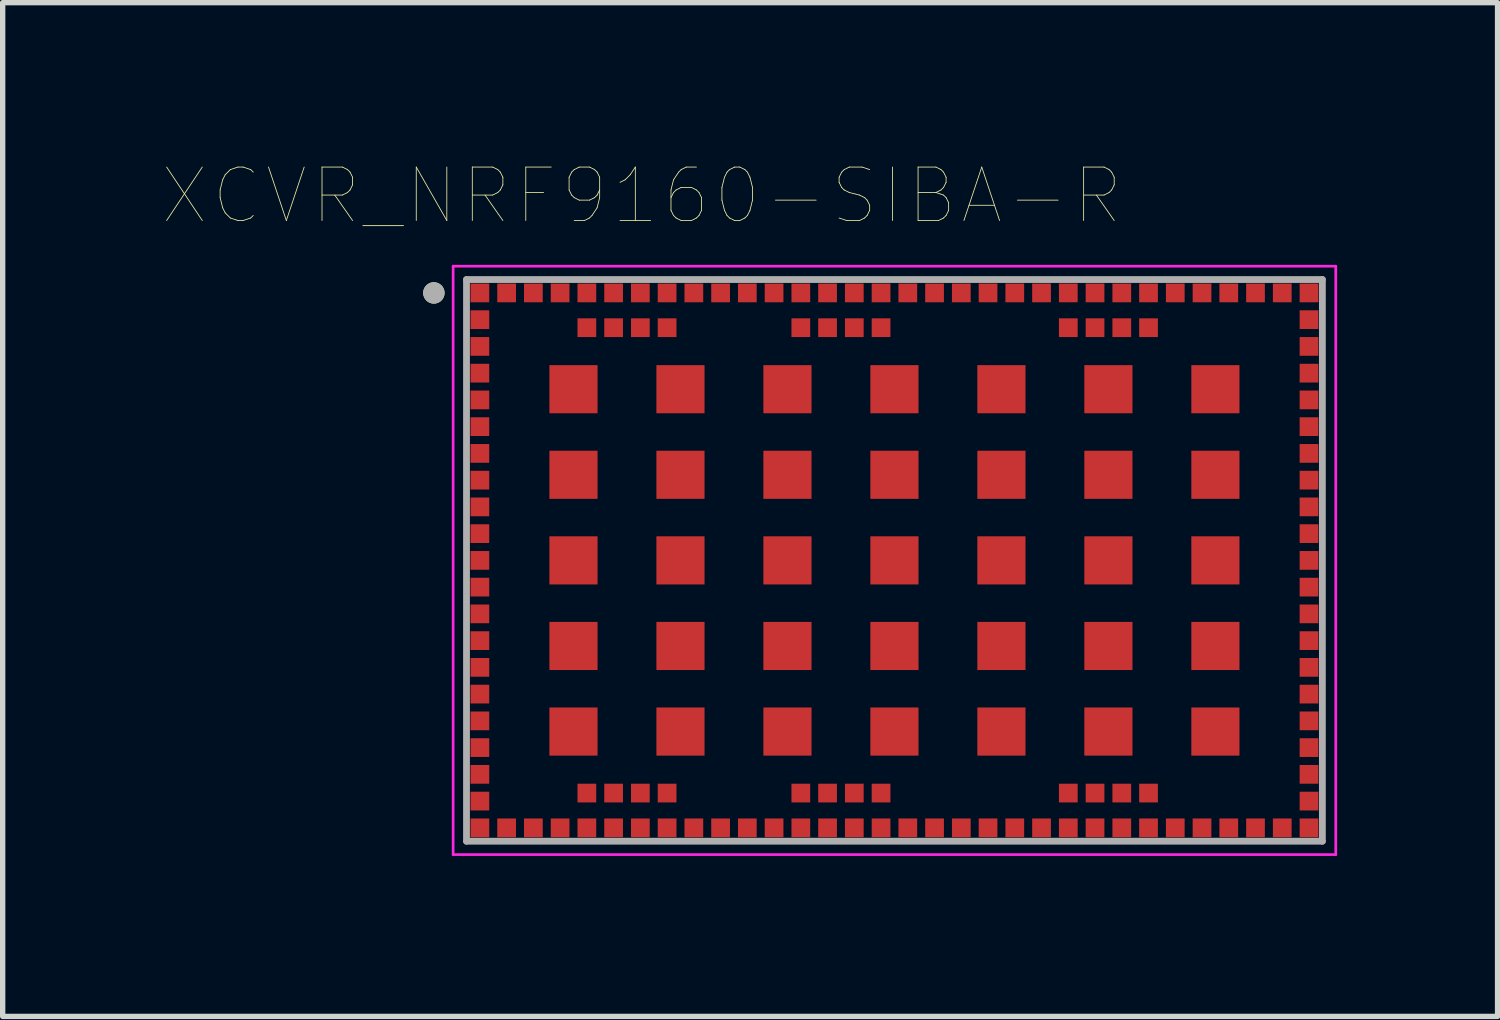
<source format=kicad_pcb>
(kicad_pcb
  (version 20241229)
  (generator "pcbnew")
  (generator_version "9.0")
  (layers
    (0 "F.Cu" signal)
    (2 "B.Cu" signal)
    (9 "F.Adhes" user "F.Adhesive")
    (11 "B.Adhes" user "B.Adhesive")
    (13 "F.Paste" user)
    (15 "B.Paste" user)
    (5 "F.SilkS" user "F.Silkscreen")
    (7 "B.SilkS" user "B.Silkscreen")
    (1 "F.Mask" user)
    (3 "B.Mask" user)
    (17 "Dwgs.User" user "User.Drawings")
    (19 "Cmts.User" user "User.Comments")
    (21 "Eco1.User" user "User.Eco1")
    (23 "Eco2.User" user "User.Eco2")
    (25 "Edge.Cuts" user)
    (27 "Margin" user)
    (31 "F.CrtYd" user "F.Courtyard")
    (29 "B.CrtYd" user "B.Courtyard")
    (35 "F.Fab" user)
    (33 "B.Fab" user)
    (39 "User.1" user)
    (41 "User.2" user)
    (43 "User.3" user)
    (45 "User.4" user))
  (footprint "XCVR_NRF9160-SIBA-R"
    (layer "F.Cu")
    (at 13.671 7.426)
    (property "Reference" "XCVR_NRF9160-SIBA-R" (at -4.725 -6.815 0) (layer "F.SilkS") (effects (font (size 1 1) (thickness 0.015))))
    (attr through_hole)
    (fp_circle (center -8.61 -5) (end -8.51 -5) (stroke (width 0.2) (type solid)) (fill no) (layer "F.SilkS"))
    (fp_line (start -8.25 -5.5) (end 8.25 -5.5) (stroke (width 0.05) (type solid)) (layer "F.CrtYd"))
    (fp_line (start -8.25 5.5) (end -8.25 -5.5) (stroke (width 0.05) (type solid)) (layer "F.CrtYd"))
    (fp_line (start 8.25 -5.5) (end 8.25 5.5) (stroke (width 0.05) (type solid)) (layer "F.CrtYd"))
    (fp_line (start 8.25 5.5) (end -8.25 5.5) (stroke (width 0.05) (type solid)) (layer "F.CrtYd"))
    (fp_line (start -8 -5.25) (end -8 5.25) (stroke (width 0.127) (type solid)) (layer "F.Fab"))
    (fp_line (start -8 5.25) (end 8 5.25) (stroke (width 0.127) (type solid)) (layer "F.Fab"))
    (fp_line (start 8 -5.25) (end -8 -5.25) (stroke (width 0.127) (type solid)) (layer "F.Fab"))
    (fp_line (start 8 5.25) (end 8 -5.25) (stroke (width 0.127) (type solid)) (layer "F.Fab"))
    (fp_circle (center -8.61 -5) (end -8.51 -5) (stroke (width 0.2) (type solid)) (fill no) (layer "F.Fab"))
    (pad "1" smd rect (at -7.75 -5) (size 0.35 0.35) (layers "F.Cu" "F.Mask" "F.Paste"))
    (pad "2" smd rect (at -7.75 -4.5) (size 0.35 0.35) (layers "F.Cu" "F.Mask" "F.Paste"))
    (pad "3" smd rect (at -7.75 -4) (size 0.35 0.35) (layers "F.Cu" "F.Mask" "F.Paste"))
    (pad "4" smd rect (at -7.75 -3.5) (size 0.35 0.35) (layers "F.Cu" "F.Mask" "F.Paste"))
    (pad "5" smd rect (at -7.75 -3) (size 0.35 0.35) (layers "F.Cu" "F.Mask" "F.Paste"))
    (pad "6" smd rect (at -7.75 -2.5) (size 0.35 0.35) (layers "F.Cu" "F.Mask" "F.Paste"))
    (pad "7" smd rect (at -7.75 -2) (size 0.35 0.35) (layers "F.Cu" "F.Mask" "F.Paste"))
    (pad "8" smd rect (at -7.75 -1.5) (size 0.35 0.35) (layers "F.Cu" "F.Mask" "F.Paste"))
    (pad "9" smd rect (at -7.75 -1) (size 0.35 0.35) (layers "F.Cu" "F.Mask" "F.Paste"))
    (pad "10" smd rect (at -7.75 -0.5) (size 0.35 0.35) (layers "F.Cu" "F.Mask" "F.Paste"))
    (pad "11" smd rect (at -7.75 0) (size 0.35 0.35) (layers "F.Cu" "F.Mask" "F.Paste"))
    (pad "12" smd rect (at -7.75 0.5) (size 0.35 0.35) (layers "F.Cu" "F.Mask" "F.Paste"))
    (pad "13" smd rect (at -7.75 1) (size 0.35 0.35) (layers "F.Cu" "F.Mask" "F.Paste"))
    (pad "14" smd rect (at -7.75 1.5) (size 0.35 0.35) (layers "F.Cu" "F.Mask" "F.Paste"))
    (pad "15" smd rect (at -7.75 2) (size 0.35 0.35) (layers "F.Cu" "F.Mask" "F.Paste"))
    (pad "16" smd rect (at -7.75 2.5) (size 0.35 0.35) (layers "F.Cu" "F.Mask" "F.Paste"))
    (pad "17" smd rect (at -7.75 3) (size 0.35 0.35) (layers "F.Cu" "F.Mask" "F.Paste"))
    (pad "18" smd rect (at -7.75 3.5) (size 0.35 0.35) (layers "F.Cu" "F.Mask" "F.Paste"))
    (pad "19" smd rect (at -7.75 4) (size 0.35 0.35) (layers "F.Cu" "F.Mask" "F.Paste"))
    (pad "20" smd rect (at -7.75 4.5) (size 0.35 0.35) (layers "F.Cu" "F.Mask" "F.Paste"))
    (pad "21" smd rect (at -7.75 5) (size 0.35 0.35) (layers "F.Cu" "F.Mask" "F.Paste"))
    (pad "22" smd rect (at -7.25 5) (size 0.35 0.35) (layers "F.Cu" "F.Mask" "F.Paste"))
    (pad "23" smd rect (at -6.75 5) (size 0.35 0.35) (layers "F.Cu" "F.Mask" "F.Paste"))
    (pad "24" smd rect (at -6.25 5) (size 0.35 0.35) (layers "F.Cu" "F.Mask" "F.Paste"))
    (pad "25" smd rect (at -5.75 5) (size 0.35 0.35) (layers "F.Cu" "F.Mask" "F.Paste"))
    (pad "26" smd rect (at -5.25 5) (size 0.35 0.35) (layers "F.Cu" "F.Mask" "F.Paste"))
    (pad "27" smd rect (at -4.75 5) (size 0.35 0.35) (layers "F.Cu" "F.Mask" "F.Paste"))
    (pad "28" smd rect (at -4.25 5) (size 0.35 0.35) (layers "F.Cu" "F.Mask" "F.Paste"))
    (pad "29" smd rect (at -3.75 5) (size 0.35 0.35) (layers "F.Cu" "F.Mask" "F.Paste"))
    (pad "30" smd rect (at -3.25 5) (size 0.35 0.35) (layers "F.Cu" "F.Mask" "F.Paste"))
    (pad "31" smd rect (at -2.75 5) (size 0.35 0.35) (layers "F.Cu" "F.Mask" "F.Paste"))
    (pad "32" smd rect (at -2.25 5) (size 0.35 0.35) (layers "F.Cu" "F.Mask" "F.Paste"))
    (pad "33" smd rect (at -1.75 5) (size 0.35 0.35) (layers "F.Cu" "F.Mask" "F.Paste"))
    (pad "34" smd rect (at -1.25 5) (size 0.35 0.35) (layers "F.Cu" "F.Mask" "F.Paste"))
    (pad "35" smd rect (at -0.75 5) (size 0.35 0.35) (layers "F.Cu" "F.Mask" "F.Paste"))
    (pad "36" smd rect (at -0.25 5) (size 0.35 0.35) (layers "F.Cu" "F.Mask" "F.Paste"))
    (pad "37" smd rect (at 0.25 5) (size 0.35 0.35) (layers "F.Cu" "F.Mask" "F.Paste"))
    (pad "38" smd rect (at 0.75 5) (size 0.35 0.35) (layers "F.Cu" "F.Mask" "F.Paste"))
    (pad "39" smd rect (at 1.25 5) (size 0.35 0.35) (layers "F.Cu" "F.Mask" "F.Paste"))
    (pad "40" smd rect (at 1.75 5) (size 0.35 0.35) (layers "F.Cu" "F.Mask" "F.Paste"))
    (pad "41" smd rect (at 2.25 5) (size 0.35 0.35) (layers "F.Cu" "F.Mask" "F.Paste"))
    (pad "42" smd rect (at 2.75 5) (size 0.35 0.35) (layers "F.Cu" "F.Mask" "F.Paste"))
    (pad "43" smd rect (at 3.25 5) (size 0.35 0.35) (layers "F.Cu" "F.Mask" "F.Paste"))
    (pad "44" smd rect (at 3.75 5) (size 0.35 0.35) (layers "F.Cu" "F.Mask" "F.Paste"))
    (pad "45" smd rect (at 4.25 5) (size 0.35 0.35) (layers "F.Cu" "F.Mask" "F.Paste"))
    (pad "46" smd rect (at 4.75 5) (size 0.35 0.35) (layers "F.Cu" "F.Mask" "F.Paste"))
    (pad "47" smd rect (at 5.25 5) (size 0.35 0.35) (layers "F.Cu" "F.Mask" "F.Paste"))
    (pad "48" smd rect (at 5.75 5) (size 0.35 0.35) (layers "F.Cu" "F.Mask" "F.Paste"))
    (pad "49" smd rect (at 6.25 5) (size 0.35 0.35) (layers "F.Cu" "F.Mask" "F.Paste"))
    (pad "50" smd rect (at 6.75 5) (size 0.35 0.35) (layers "F.Cu" "F.Mask" "F.Paste"))
    (pad "51" smd rect (at 7.25 5) (size 0.35 0.35) (layers "F.Cu" "F.Mask" "F.Paste"))
    (pad "52" smd rect (at 7.75 5) (size 0.35 0.35) (layers "F.Cu" "F.Mask" "F.Paste"))
    (pad "53" smd rect (at 7.75 4.5) (size 0.35 0.35) (layers "F.Cu" "F.Mask" "F.Paste"))
    (pad "54" smd rect (at 7.75 4) (size 0.35 0.35) (layers "F.Cu" "F.Mask" "F.Paste"))
    (pad "55" smd rect (at 7.75 3.5) (size 0.35 0.35) (layers "F.Cu" "F.Mask" "F.Paste"))
    (pad "56" smd rect (at 7.75 3) (size 0.35 0.35) (layers "F.Cu" "F.Mask" "F.Paste"))
    (pad "57" smd rect (at 7.75 2.5) (size 0.35 0.35) (layers "F.Cu" "F.Mask" "F.Paste"))
    (pad "58" smd rect (at 7.75 2) (size 0.35 0.35) (layers "F.Cu" "F.Mask" "F.Paste"))
    (pad "59" smd rect (at 7.75 1.5) (size 0.35 0.35) (layers "F.Cu" "F.Mask" "F.Paste"))
    (pad "60" smd rect (at 7.75 1) (size 0.35 0.35) (layers "F.Cu" "F.Mask" "F.Paste"))
    (pad "61" smd rect (at 7.75 0.5) (size 0.35 0.35) (layers "F.Cu" "F.Mask" "F.Paste"))
    (pad "62" smd rect (at 7.75 0) (size 0.35 0.35) (layers "F.Cu" "F.Mask" "F.Paste"))
    (pad "63" smd rect (at 7.75 -0.5) (size 0.35 0.35) (layers "F.Cu" "F.Mask" "F.Paste"))
    (pad "64" smd rect (at 7.75 -1) (size 0.35 0.35) (layers "F.Cu" "F.Mask" "F.Paste"))
    (pad "65" smd rect (at 7.75 -1.5) (size 0.35 0.35) (layers "F.Cu" "F.Mask" "F.Paste"))
    (pad "66" smd rect (at 7.75 -2) (size 0.35 0.35) (layers "F.Cu" "F.Mask" "F.Paste"))
    (pad "67" smd rect (at 7.75 -2.5) (size 0.35 0.35) (layers "F.Cu" "F.Mask" "F.Paste"))
    (pad "68" smd rect (at 7.75 -3) (size 0.35 0.35) (layers "F.Cu" "F.Mask" "F.Paste"))
    (pad "69" smd rect (at 7.75 -3.5) (size 0.35 0.35) (layers "F.Cu" "F.Mask" "F.Paste"))
    (pad "70" smd rect (at 7.75 -4) (size 0.35 0.35) (layers "F.Cu" "F.Mask" "F.Paste"))
    (pad "71" smd rect (at 7.75 -4.5) (size 0.35 0.35) (layers "F.Cu" "F.Mask" "F.Paste"))
    (pad "72" smd rect (at 7.75 -5) (size 0.35 0.35) (layers "F.Cu" "F.Mask" "F.Paste"))
    (pad "73" smd rect (at 7.25 -5) (size 0.35 0.35) (layers "F.Cu" "F.Mask" "F.Paste"))
    (pad "74" smd rect (at 6.75 -5) (size 0.35 0.35) (layers "F.Cu" "F.Mask" "F.Paste"))
    (pad "75" smd rect (at 6.25 -5) (size 0.35 0.35) (layers "F.Cu" "F.Mask" "F.Paste"))
    (pad "76" smd rect (at 5.75 -5) (size 0.35 0.35) (layers "F.Cu" "F.Mask" "F.Paste"))
    (pad "77" smd rect (at 5.25 -5) (size 0.35 0.35) (layers "F.Cu" "F.Mask" "F.Paste"))
    (pad "78" smd rect (at 4.75 -5) (size 0.35 0.35) (layers "F.Cu" "F.Mask" "F.Paste"))
    (pad "79" smd rect (at 4.25 -5) (size 0.35 0.35) (layers "F.Cu" "F.Mask" "F.Paste"))
    (pad "80" smd rect (at 3.75 -5) (size 0.35 0.35) (layers "F.Cu" "F.Mask" "F.Paste"))
    (pad "81" smd rect (at 3.25 -5) (size 0.35 0.35) (layers "F.Cu" "F.Mask" "F.Paste"))
    (pad "82" smd rect (at 2.75 -5) (size 0.35 0.35) (layers "F.Cu" "F.Mask" "F.Paste"))
    (pad "83" smd rect (at 2.25 -5) (size 0.35 0.35) (layers "F.Cu" "F.Mask" "F.Paste"))
    (pad "84" smd rect (at 1.75 -5) (size 0.35 0.35) (layers "F.Cu" "F.Mask" "F.Paste"))
    (pad "85" smd rect (at 1.25 -5) (size 0.35 0.35) (layers "F.Cu" "F.Mask" "F.Paste"))
    (pad "86" smd rect (at 0.75 -5) (size 0.35 0.35) (layers "F.Cu" "F.Mask" "F.Paste"))
    (pad "87" smd rect (at 0.25 -5) (size 0.35 0.35) (layers "F.Cu" "F.Mask" "F.Paste"))
    (pad "88" smd rect (at -0.25 -5) (size 0.35 0.35) (layers "F.Cu" "F.Mask" "F.Paste"))
    (pad "89" smd rect (at -0.75 -5) (size 0.35 0.35) (layers "F.Cu" "F.Mask" "F.Paste"))
    (pad "90" smd rect (at -1.25 -5) (size 0.35 0.35) (layers "F.Cu" "F.Mask" "F.Paste"))
    (pad "91" smd rect (at -1.75 -5) (size 0.35 0.35) (layers "F.Cu" "F.Mask" "F.Paste"))
    (pad "92" smd rect (at -2.25 -5) (size 0.35 0.35) (layers "F.Cu" "F.Mask" "F.Paste"))
    (pad "93" smd rect (at -2.75 -5) (size 0.35 0.35) (layers "F.Cu" "F.Mask" "F.Paste"))
    (pad "94" smd rect (at -3.25 -5) (size 0.35 0.35) (layers "F.Cu" "F.Mask" "F.Paste"))
    (pad "95" smd rect (at -3.75 -5) (size 0.35 0.35) (layers "F.Cu" "F.Mask" "F.Paste"))
    (pad "96" smd rect (at -4.25 -5) (size 0.35 0.35) (layers "F.Cu" "F.Mask" "F.Paste"))
    (pad "97" smd rect (at -4.75 -5) (size 0.35 0.35) (layers "F.Cu" "F.Mask" "F.Paste"))
    (pad "98" smd rect (at -5.25 -5) (size 0.35 0.35) (layers "F.Cu" "F.Mask" "F.Paste"))
    (pad "99" smd rect (at -5.75 -5) (size 0.35 0.35) (layers "F.Cu" "F.Mask" "F.Paste"))
    (pad "100" smd rect (at -6.25 -5) (size 0.35 0.35) (layers "F.Cu" "F.Mask" "F.Paste"))
    (pad "101" smd rect (at -6.75 -5) (size 0.35 0.35) (layers "F.Cu" "F.Mask" "F.Paste"))
    (pad "102" smd rect (at -7.25 -5) (size 0.35 0.35) (layers "F.Cu" "F.Mask" "F.Paste"))
    (pad "103_1" smd rect (at -6 3.2) (size 0.9 0.9) (layers "F.Cu" "F.Mask" "F.Paste"))
    (pad "103_2" smd rect (at -6 1.6) (size 0.9 0.9) (layers "F.Cu" "F.Mask" "F.Paste"))
    (pad "103_3" smd rect (at -6 0) (size 0.9 0.9) (layers "F.Cu" "F.Mask" "F.Paste"))
    (pad "103_4" smd rect (at -6 -1.6) (size 0.9 0.9) (layers "F.Cu" "F.Mask" "F.Paste"))
    (pad "103_5" smd rect (at -6 -3.2) (size 0.9 0.9) (layers "F.Cu" "F.Mask" "F.Paste"))
    (pad "103_6" smd rect (at -4 3.2) (size 0.9 0.9) (layers "F.Cu" "F.Mask" "F.Paste"))
    (pad "103_7" smd rect (at -4 1.6) (size 0.9 0.9) (layers "F.Cu" "F.Mask" "F.Paste"))
    (pad "103_8" smd rect (at -4 0) (size 0.9 0.9) (layers "F.Cu" "F.Mask" "F.Paste"))
    (pad "103_9" smd rect (at -4 -1.6) (size 0.9 0.9) (layers "F.Cu" "F.Mask" "F.Paste"))
    (pad "103_10" smd rect (at -4 -3.2) (size 0.9 0.9) (layers "F.Cu" "F.Mask" "F.Paste"))
    (pad "103_11" smd rect (at -2 3.2) (size 0.9 0.9) (layers "F.Cu" "F.Mask" "F.Paste"))
    (pad "103_12" smd rect (at -2 1.6) (size 0.9 0.9) (layers "F.Cu" "F.Mask" "F.Paste"))
    (pad "103_13" smd rect (at -2 0) (size 0.9 0.9) (layers "F.Cu" "F.Mask" "F.Paste"))
    (pad "103_14" smd rect (at -2 -1.6) (size 0.9 0.9) (layers "F.Cu" "F.Mask" "F.Paste"))
    (pad "103_15" smd rect (at -2 -3.2) (size 0.9 0.9) (layers "F.Cu" "F.Mask" "F.Paste"))
    (pad "103_16" smd rect (at 0 3.2) (size 0.9 0.9) (layers "F.Cu" "F.Mask" "F.Paste"))
    (pad "103_17" smd rect (at 0 1.6) (size 0.9 0.9) (layers "F.Cu" "F.Mask" "F.Paste"))
    (pad "103_18" smd rect (at 0 0) (size 0.9 0.9) (layers "F.Cu" "F.Mask" "F.Paste"))
    (pad "103_19" smd rect (at 0 -1.6) (size 0.9 0.9) (layers "F.Cu" "F.Mask" "F.Paste"))
    (pad "103_20" smd rect (at 0 -3.2) (size 0.9 0.9) (layers "F.Cu" "F.Mask" "F.Paste"))
    (pad "103_21" smd rect (at 2 3.2) (size 0.9 0.9) (layers "F.Cu" "F.Mask" "F.Paste"))
    (pad "103_22" smd rect (at 2 1.6) (size 0.9 0.9) (layers "F.Cu" "F.Mask" "F.Paste"))
    (pad "103_23" smd rect (at 2 0) (size 0.9 0.9) (layers "F.Cu" "F.Mask" "F.Paste"))
    (pad "103_24" smd rect (at 2 -1.6) (size 0.9 0.9) (layers "F.Cu" "F.Mask" "F.Paste"))
    (pad "103_25" smd rect (at 2 -3.2) (size 0.9 0.9) (layers "F.Cu" "F.Mask" "F.Paste"))
    (pad "103_26" smd rect (at 4 3.2) (size 0.9 0.9) (layers "F.Cu" "F.Mask" "F.Paste"))
    (pad "103_27" smd rect (at 4 1.6) (size 0.9 0.9) (layers "F.Cu" "F.Mask" "F.Paste"))
    (pad "103_28" smd rect (at 4 0) (size 0.9 0.9) (layers "F.Cu" "F.Mask" "F.Paste"))
    (pad "103_29" smd rect (at 4 -1.6) (size 0.9 0.9) (layers "F.Cu" "F.Mask" "F.Paste"))
    (pad "103_30" smd rect (at 4 -3.2) (size 0.9 0.9) (layers "F.Cu" "F.Mask" "F.Paste"))
    (pad "103_31" smd rect (at 6 3.2) (size 0.9 0.9) (layers "F.Cu" "F.Mask" "F.Paste"))
    (pad "103_32" smd rect (at 6 1.6) (size 0.9 0.9) (layers "F.Cu" "F.Mask" "F.Paste"))
    (pad "103_33" smd rect (at 6 0) (size 0.9 0.9) (layers "F.Cu" "F.Mask" "F.Paste"))
    (pad "103_34" smd rect (at 6 -1.6) (size 0.9 0.9) (layers "F.Cu" "F.Mask" "F.Paste"))
    (pad "103_35" smd rect (at 6 -3.2) (size 0.9 0.9) (layers "F.Cu" "F.Mask" "F.Paste"))
    (pad "104" smd rect (at -5.75 4.35) (size 0.35 0.35) (layers "F.Cu" "F.Mask" "F.Paste"))
    (pad "105" smd rect (at -5.25 4.35) (size 0.35 0.35) (layers "F.Cu" "F.Mask" "F.Paste"))
    (pad "106" smd rect (at -4.75 4.35) (size 0.35 0.35) (layers "F.Cu" "F.Mask" "F.Paste"))
    (pad "107" smd rect (at -4.25 4.35) (size 0.35 0.35) (layers "F.Cu" "F.Mask" "F.Paste"))
    (pad "108" smd rect (at -1.75 4.35) (size 0.35 0.35) (layers "F.Cu" "F.Mask" "F.Paste"))
    (pad "109" smd rect (at -1.25 4.35) (size 0.35 0.35) (layers "F.Cu" "F.Mask" "F.Paste"))
    (pad "110" smd rect (at -0.75 4.35) (size 0.35 0.35) (layers "F.Cu" "F.Mask" "F.Paste"))
    (pad "111" smd rect (at -0.25 4.35) (size 0.35 0.35) (layers "F.Cu" "F.Mask" "F.Paste"))
    (pad "112" smd rect (at 3.25 4.35) (size 0.35 0.35) (layers "F.Cu" "F.Mask" "F.Paste"))
    (pad "113" smd rect (at 3.75 4.35) (size 0.35 0.35) (layers "F.Cu" "F.Mask" "F.Paste"))
    (pad "114" smd rect (at 4.25 4.35) (size 0.35 0.35) (layers "F.Cu" "F.Mask" "F.Paste"))
    (pad "115" smd rect (at 4.75 4.35) (size 0.35 0.35) (layers "F.Cu" "F.Mask" "F.Paste"))
    (pad "116" smd rect (at 4.75 -4.35) (size 0.35 0.35) (layers "F.Cu" "F.Mask" "F.Paste"))
    (pad "117" smd rect (at 4.25 -4.35) (size 0.35 0.35) (layers "F.Cu" "F.Mask" "F.Paste"))
    (pad "118" smd rect (at 3.75 -4.35) (size 0.35 0.35) (layers "F.Cu" "F.Mask" "F.Paste"))
    (pad "119" smd rect (at 3.25 -4.35) (size 0.35 0.35) (layers "F.Cu" "F.Mask" "F.Paste"))
    (pad "120" smd rect (at -0.25 -4.35) (size 0.35 0.35) (layers "F.Cu" "F.Mask" "F.Paste"))
    (pad "121" smd rect (at -0.75 -4.35) (size 0.35 0.35) (layers "F.Cu" "F.Mask" "F.Paste"))
    (pad "122" smd rect (at -1.25 -4.35) (size 0.35 0.35) (layers "F.Cu" "F.Mask" "F.Paste"))
    (pad "123" smd rect (at -1.75 -4.35) (size 0.35 0.35) (layers "F.Cu" "F.Mask" "F.Paste"))
    (pad "124" smd rect (at -4.25 -4.35) (size 0.35 0.35) (layers "F.Cu" "F.Mask" "F.Paste"))
    (pad "125" smd rect (at -4.75 -4.35) (size 0.35 0.35) (layers "F.Cu" "F.Mask" "F.Paste"))
    (pad "126" smd rect (at -5.25 -4.35) (size 0.35 0.35) (layers "F.Cu" "F.Mask" "F.Paste"))
    (pad "127" smd rect (at -5.75 -4.35) (size 0.35 0.35) (layers "F.Cu" "F.Mask" "F.Paste")))
  (gr_rect
    (start -3 -3)
    (end 24.946 15.951)
    (stroke (width 0.1) (type default))
    (fill no)
    (layer "Edge.Cuts")))
</source>
